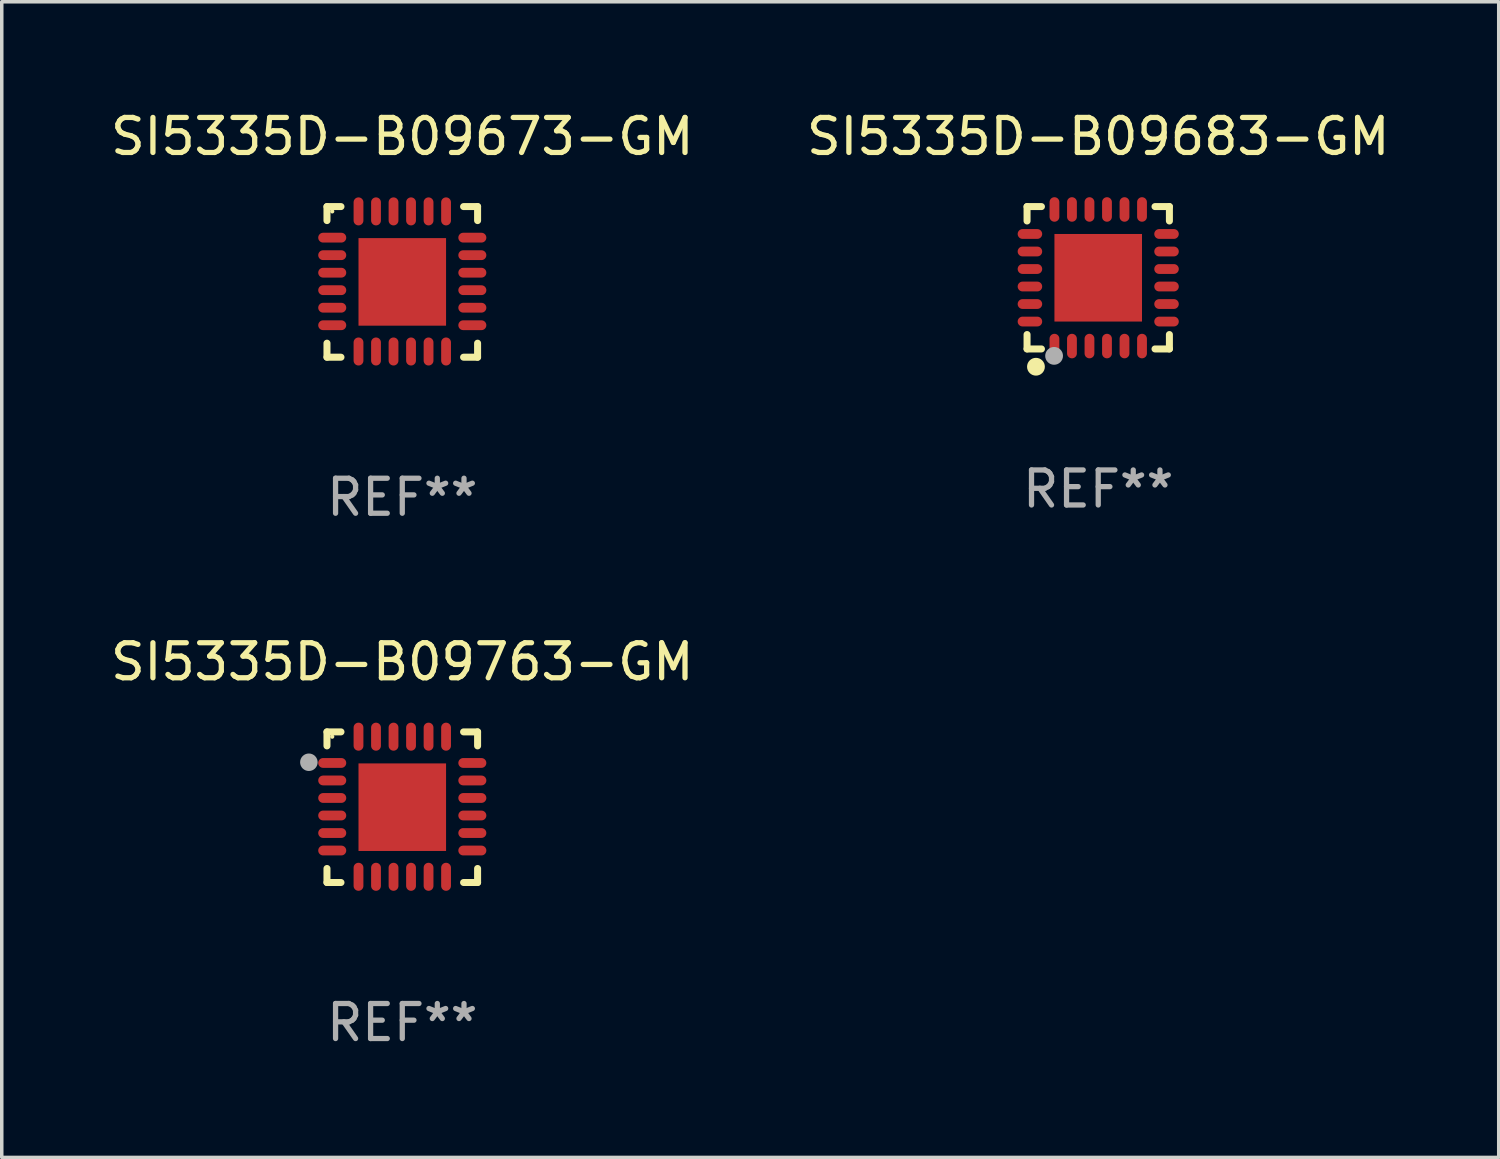
<source format=kicad_pcb>
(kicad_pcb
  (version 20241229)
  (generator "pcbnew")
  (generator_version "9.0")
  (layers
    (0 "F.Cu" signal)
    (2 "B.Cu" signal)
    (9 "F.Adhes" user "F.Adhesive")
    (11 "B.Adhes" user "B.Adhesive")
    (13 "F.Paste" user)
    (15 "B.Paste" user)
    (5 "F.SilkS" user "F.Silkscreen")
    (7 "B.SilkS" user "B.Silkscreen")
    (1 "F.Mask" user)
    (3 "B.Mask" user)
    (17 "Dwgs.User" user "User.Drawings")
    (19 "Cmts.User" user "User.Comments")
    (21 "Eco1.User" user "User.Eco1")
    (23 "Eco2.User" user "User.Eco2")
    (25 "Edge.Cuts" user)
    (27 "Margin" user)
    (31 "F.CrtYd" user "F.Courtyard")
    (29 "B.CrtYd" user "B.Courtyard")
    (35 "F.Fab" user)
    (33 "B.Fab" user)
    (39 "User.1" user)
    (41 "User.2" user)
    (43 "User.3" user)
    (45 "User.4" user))
  (footprint "SI5335D-B09763-GM"
    (layer "F.Cu")
    (at 8.435 19.995)
    (property "Reference" "SI5335D-B09763-GM" (at 0 -4.15 0) (layer "F.SilkS") (effects (font (size 1 1) (thickness 0.15))))
    (attr through_hole)
    (fp_line (start -2.15 -2.15) (end -1.75 -2.15) (stroke (width 0.2) (type solid)) (layer "F.SilkS"))
    (fp_line (start -2.15 -1.75) (end -2.15 -2.15) (stroke (width 0.2) (type solid)) (layer "F.SilkS"))
    (fp_line (start -2.15 2.15) (end -2.15 1.75) (stroke (width 0.2) (type solid)) (layer "F.SilkS"))
    (fp_line (start -1.75 2.15) (end -2.15 2.15) (stroke (width 0.2) (type solid)) (layer "F.SilkS"))
    (fp_line (start 1.75 -2.15) (end 2.15 -2.15) (stroke (width 0.2) (type solid)) (layer "F.SilkS"))
    (fp_line (start 1.75 2.15) (end 2.15 2.15) (stroke (width 0.2) (type solid)) (layer "F.SilkS"))
    (fp_line (start 2.15 -2.15) (end 2.15 -1.75) (stroke (width 0.2) (type solid)) (layer "F.SilkS"))
    (fp_line (start 2.15 2.15) (end 2.15 1.75) (stroke (width 0.2) (type solid)) (layer "F.SilkS"))
    (fp_circle (center -2 -2.013) (end -1.97 -2.013) (stroke (width 0.06) (type solid)) (fill no) (layer "F.SilkS"))
    (fp_circle (center -2.667 -1.283) (end -2.542 -1.283) (stroke (width 0.25) (type solid)) (fill no) (layer "F.Fab"))
    (fp_text user "REF**" (at 0 6.15 0) (layer "F.Fab") (effects (font (size 1 1) (thickness 0.15))))
    (pad "1" smd oval (at -2 -1.263) (size 0.8 0.28) (layers "F.Cu" "F.Mask" "F.Paste"))
    (pad "2" smd oval (at -2 -0.763) (size 0.8 0.28) (layers "F.Cu" "F.Mask" "F.Paste"))
    (pad "3" smd oval (at -2 -0.263) (size 0.8 0.28) (layers "F.Cu" "F.Mask" "F.Paste"))
    (pad "4" smd oval (at -2 0.237) (size 0.8 0.28) (layers "F.Cu" "F.Mask" "F.Paste"))
    (pad "5" smd oval (at -2 0.737) (size 0.8 0.28) (layers "F.Cu" "F.Mask" "F.Paste"))
    (pad "6" smd oval (at -2 1.237) (size 0.8 0.28) (layers "F.Cu" "F.Mask" "F.Paste"))
    (pad "7" smd oval (at -1.25 1.987) (size 0.28 0.8) (layers "F.Cu" "F.Mask" "F.Paste"))
    (pad "8" smd oval (at -0.75 1.987) (size 0.28 0.8) (layers "F.Cu" "F.Mask" "F.Paste"))
    (pad "9" smd oval (at -0.25 1.987) (size 0.28 0.8) (layers "F.Cu" "F.Mask" "F.Paste"))
    (pad "10" smd oval (at 0.25 1.987) (size 0.28 0.8) (layers "F.Cu" "F.Mask" "F.Paste"))
    (pad "11" smd oval (at 0.75 1.987) (size 0.28 0.8) (layers "F.Cu" "F.Mask" "F.Paste"))
    (pad "12" smd oval (at 1.25 1.987) (size 0.28 0.8) (layers "F.Cu" "F.Mask" "F.Paste"))
    (pad "13" smd oval (at 2 1.237) (size 0.8 0.28) (layers "F.Cu" "F.Mask" "F.Paste"))
    (pad "14" smd oval (at 2 0.737) (size 0.8 0.28) (layers "F.Cu" "F.Mask" "F.Paste"))
    (pad "15" smd oval (at 2 0.237) (size 0.8 0.28) (layers "F.Cu" "F.Mask" "F.Paste"))
    (pad "16" smd oval (at 2 -0.263) (size 0.8 0.28) (layers "F.Cu" "F.Mask" "F.Paste"))
    (pad "17" smd oval (at 2 -0.763) (size 0.8 0.28) (layers "F.Cu" "F.Mask" "F.Paste"))
    (pad "18" smd oval (at 2 -1.263) (size 0.8 0.28) (layers "F.Cu" "F.Mask" "F.Paste"))
    (pad "19" smd oval (at 1.25 -2.013) (size 0.28 0.8) (layers "F.Cu" "F.Mask" "F.Paste"))
    (pad "20" smd oval (at 0.75 -2.013) (size 0.28 0.8) (layers "F.Cu" "F.Mask" "F.Paste"))
    (pad "21" smd oval (at 0.25 -2.013) (size 0.28 0.8) (layers "F.Cu" "F.Mask" "F.Paste"))
    (pad "22" smd oval (at -0.25 -2.013) (size 0.28 0.8) (layers "F.Cu" "F.Mask" "F.Paste"))
    (pad "23" smd oval (at -0.75 -2.013) (size 0.28 0.8) (layers "F.Cu" "F.Mask" "F.Paste"))
    (pad "24" smd oval (at -1.25 -2.013) (size 0.28 0.8) (layers "F.Cu" "F.Mask" "F.Paste"))
    (pad "25" smd rect (at -0.000127 -0.00014) (size 2.5 2.5) (layers "F.Cu" "F.Mask" "F.Paste")))
  (footprint "SI5335D-B09683-GM"
    (layer "F.Cu")
    (at 28.304 4.88)
    (property "Reference" "SI5335D-B09683-GM" (at 0 -4.032 0) (layer "F.SilkS") (effects (font (size 1 1) (thickness 0.15))))
    (attr through_hole)
    (fp_line (start -2.032 -2.032) (end -1.621 -2.032) (stroke (width 0.2) (type solid)) (layer "F.SilkS"))
    (fp_line (start -2.032 -1.621) (end -2.032 -2.032) (stroke (width 0.2) (type solid)) (layer "F.SilkS"))
    (fp_line (start -2.032 2.032) (end -2.032 1.621) (stroke (width 0.2) (type solid)) (layer "F.SilkS"))
    (fp_line (start -1.621 2.032) (end -2.032 2.032) (stroke (width 0.2) (type solid)) (layer "F.SilkS"))
    (fp_line (start 1.621 -2.032) (end 2.032 -2.032) (stroke (width 0.2) (type solid)) (layer "F.SilkS"))
    (fp_line (start 2.032 -2.032) (end 2.032 -1.621) (stroke (width 0.2) (type solid)) (layer "F.SilkS"))
    (fp_line (start 2.032 1.621) (end 2.032 2.032) (stroke (width 0.2) (type solid)) (layer "F.SilkS"))
    (fp_line (start 2.032 2.032) (end 1.621 2.032) (stroke (width 0.2) (type solid)) (layer "F.SilkS"))
    (fp_circle (center -2 2) (end -1.97 2) (stroke (width 0.06) (type solid)) (fill no) (layer "F.SilkS"))
    (fp_circle (center -1.778 2.54) (end -1.651 2.54) (stroke (width 0.254) (type solid)) (fill no) (layer "F.SilkS"))
    (fp_circle (center -1.26 2.23) (end -1.133 2.23) (stroke (width 0.254) (type solid)) (fill no) (layer "F.Fab"))
    (fp_text user "REF**" (at 0 6.032 0) (layer "F.Fab") (effects (font (size 1 1) (thickness 0.15))))
    (pad "1" smd oval (at -1.25 1.95 180) (size 0.28 0.7) (layers "F.Cu" "F.Mask" "F.Paste"))
    (pad "2" smd oval (at -0.75 1.95 180) (size 0.28 0.7) (layers "F.Cu" "F.Mask" "F.Paste"))
    (pad "3" smd oval (at -0.25 1.95 180) (size 0.28 0.7) (layers "F.Cu" "F.Mask" "F.Paste"))
    (pad "4" smd oval (at 0.25 1.95 180) (size 0.28 0.7) (layers "F.Cu" "F.Mask" "F.Paste"))
    (pad "5" smd oval (at 0.75 1.95 180) (size 0.28 0.7) (layers "F.Cu" "F.Mask" "F.Paste"))
    (pad "6" smd oval (at 1.25 1.95 180) (size 0.28 0.7) (layers "F.Cu" "F.Mask" "F.Paste"))
    (pad "7" smd oval (at 1.95 1.25 270) (size 0.28 0.7) (layers "F.Cu" "F.Mask" "F.Paste"))
    (pad "8" smd oval (at 1.95 0.75 270) (size 0.28 0.7) (layers "F.Cu" "F.Mask" "F.Paste"))
    (pad "9" smd oval (at 1.95 0.25 270) (size 0.28 0.7) (layers "F.Cu" "F.Mask" "F.Paste"))
    (pad "10" smd oval (at 1.95 -0.25 270) (size 0.28 0.7) (layers "F.Cu" "F.Mask" "F.Paste"))
    (pad "11" smd oval (at 1.95 -0.75 270) (size 0.28 0.7) (layers "F.Cu" "F.Mask" "F.Paste"))
    (pad "12" smd oval (at 1.95 -1.25 270) (size 0.28 0.7) (layers "F.Cu" "F.Mask" "F.Paste"))
    (pad "13" smd oval (at 1.25 -1.95) (size 0.28 0.7) (layers "F.Cu" "F.Mask" "F.Paste"))
    (pad "14" smd oval (at 0.75 -1.95) (size 0.28 0.7) (layers "F.Cu" "F.Mask" "F.Paste"))
    (pad "15" smd oval (at 0.25 -1.95) (size 0.28 0.7) (layers "F.Cu" "F.Mask" "F.Paste"))
    (pad "16" smd oval (at -0.25 -1.95) (size 0.28 0.7) (layers "F.Cu" "F.Mask" "F.Paste"))
    (pad "17" smd oval (at -0.75 -1.95) (size 0.28 0.7) (layers "F.Cu" "F.Mask" "F.Paste"))
    (pad "18" smd oval (at -1.25 -1.95) (size 0.28 0.7) (layers "F.Cu" "F.Mask" "F.Paste"))
    (pad "19" smd oval (at -1.95 -1.25 90) (size 0.28 0.7) (layers "F.Cu" "F.Mask" "F.Paste"))
    (pad "20" smd oval (at -1.95 -0.75 90) (size 0.28 0.7) (layers "F.Cu" "F.Mask" "F.Paste"))
    (pad "21" smd oval (at -1.95 -0.25 90) (size 0.28 0.7) (layers "F.Cu" "F.Mask" "F.Paste"))
    (pad "22" smd oval (at -1.95 0.25 90) (size 0.28 0.7) (layers "F.Cu" "F.Mask" "F.Paste"))
    (pad "23" smd oval (at -1.95 0.75 90) (size 0.28 0.7) (layers "F.Cu" "F.Mask" "F.Paste"))
    (pad "24" smd oval (at -1.95 1.25 90) (size 0.28 0.7) (layers "F.Cu" "F.Mask" "F.Paste"))
    (pad "25" smd rect (at -0.000178 0.000025 90) (size 2.5 2.5) (layers "F.Cu" "F.Mask" "F.Paste")))
  (footprint "SI5335D-B09673-GM"
    (layer "F.Cu")
    (at 8.435 4.998)
    (property "Reference" "SI5335D-B09673-GM" (at 0 -4.15 0) (layer "F.SilkS") (effects (font (size 1 1) (thickness 0.15))))
    (attr through_hole)
    (fp_line (start -2.15 -2.15) (end -1.75 -2.15) (stroke (width 0.2) (type solid)) (layer "F.SilkS"))
    (fp_line (start -2.15 -1.75) (end -2.15 -2.15) (stroke (width 0.2) (type solid)) (layer "F.SilkS"))
    (fp_line (start -2.15 2.15) (end -2.15 1.75) (stroke (width 0.2) (type solid)) (layer "F.SilkS"))
    (fp_line (start -1.75 2.15) (end -2.15 2.15) (stroke (width 0.2) (type solid)) (layer "F.SilkS"))
    (fp_line (start 1.75 -2.15) (end 2.15 -2.15) (stroke (width 0.2) (type solid)) (layer "F.SilkS"))
    (fp_line (start 1.75 2.15) (end 2.15 2.15) (stroke (width 0.2) (type solid)) (layer "F.SilkS"))
    (fp_line (start 2.15 -2.15) (end 2.15 -1.75) (stroke (width 0.2) (type solid)) (layer "F.SilkS"))
    (fp_line (start 2.15 2.15) (end 2.15 1.75) (stroke (width 0.2) (type solid)) (layer "F.SilkS"))
    (fp_circle (center -2 -2.013) (end -1.97 -2.013) (stroke (width 0.06) (type solid)) (fill no) (layer "F.SilkS"))
    (fp_text user "REF**" (at 0 6.15 0) (layer "F.Fab") (effects (font (size 1 1) (thickness 0.15))))
    (pad "1" smd oval (at -2 -1.263) (size 0.8 0.28) (layers "F.Cu" "F.Mask" "F.Paste"))
    (pad "2" smd oval (at -2 -0.763) (size 0.8 0.28) (layers "F.Cu" "F.Mask" "F.Paste"))
    (pad "3" smd oval (at -2 -0.263) (size 0.8 0.28) (layers "F.Cu" "F.Mask" "F.Paste"))
    (pad "4" smd oval (at -2 0.237) (size 0.8 0.28) (layers "F.Cu" "F.Mask" "F.Paste"))
    (pad "5" smd oval (at -2 0.737) (size 0.8 0.28) (layers "F.Cu" "F.Mask" "F.Paste"))
    (pad "6" smd oval (at -2 1.237) (size 0.8 0.28) (layers "F.Cu" "F.Mask" "F.Paste"))
    (pad "7" smd oval (at -1.25 1.987) (size 0.28 0.8) (layers "F.Cu" "F.Mask" "F.Paste"))
    (pad "8" smd oval (at -0.75 1.987) (size 0.28 0.8) (layers "F.Cu" "F.Mask" "F.Paste"))
    (pad "9" smd oval (at -0.25 1.987) (size 0.28 0.8) (layers "F.Cu" "F.Mask" "F.Paste"))
    (pad "10" smd oval (at 0.25 1.987) (size 0.28 0.8) (layers "F.Cu" "F.Mask" "F.Paste"))
    (pad "11" smd oval (at 0.75 1.987) (size 0.28 0.8) (layers "F.Cu" "F.Mask" "F.Paste"))
    (pad "12" smd oval (at 1.25 1.987) (size 0.28 0.8) (layers "F.Cu" "F.Mask" "F.Paste"))
    (pad "13" smd oval (at 2 1.237) (size 0.8 0.28) (layers "F.Cu" "F.Mask" "F.Paste"))
    (pad "14" smd oval (at 2 0.737) (size 0.8 0.28) (layers "F.Cu" "F.Mask" "F.Paste"))
    (pad "15" smd oval (at 2 0.237) (size 0.8 0.28) (layers "F.Cu" "F.Mask" "F.Paste"))
    (pad "16" smd oval (at 2 -0.263) (size 0.8 0.28) (layers "F.Cu" "F.Mask" "F.Paste"))
    (pad "17" smd oval (at 2 -0.763) (size 0.8 0.28) (layers "F.Cu" "F.Mask" "F.Paste"))
    (pad "18" smd oval (at 2 -1.263) (size 0.8 0.28) (layers "F.Cu" "F.Mask" "F.Paste"))
    (pad "19" smd oval (at 1.25 -2.013) (size 0.28 0.8) (layers "F.Cu" "F.Mask" "F.Paste"))
    (pad "20" smd oval (at 0.75 -2.013) (size 0.28 0.8) (layers "F.Cu" "F.Mask" "F.Paste"))
    (pad "21" smd oval (at 0.25 -2.013) (size 0.28 0.8) (layers "F.Cu" "F.Mask" "F.Paste"))
    (pad "22" smd oval (at -0.25 -2.013) (size 0.28 0.8) (layers "F.Cu" "F.Mask" "F.Paste"))
    (pad "23" smd oval (at -0.75 -2.013) (size 0.28 0.8) (layers "F.Cu" "F.Mask" "F.Paste"))
    (pad "24" smd oval (at -1.25 -2.013) (size 0.28 0.8) (layers "F.Cu" "F.Mask" "F.Paste"))
    (pad "25" smd rect (at -0.000102 -0.00014) (size 2.5 2.5) (layers "F.Cu" "F.Mask" "F.Paste")))
  (gr_rect
    (start -3 -3)
    (end 39.738 29.993)
    (stroke (width 0.1) (type default))
    (fill no)
    (layer "Edge.Cuts")))
</source>
